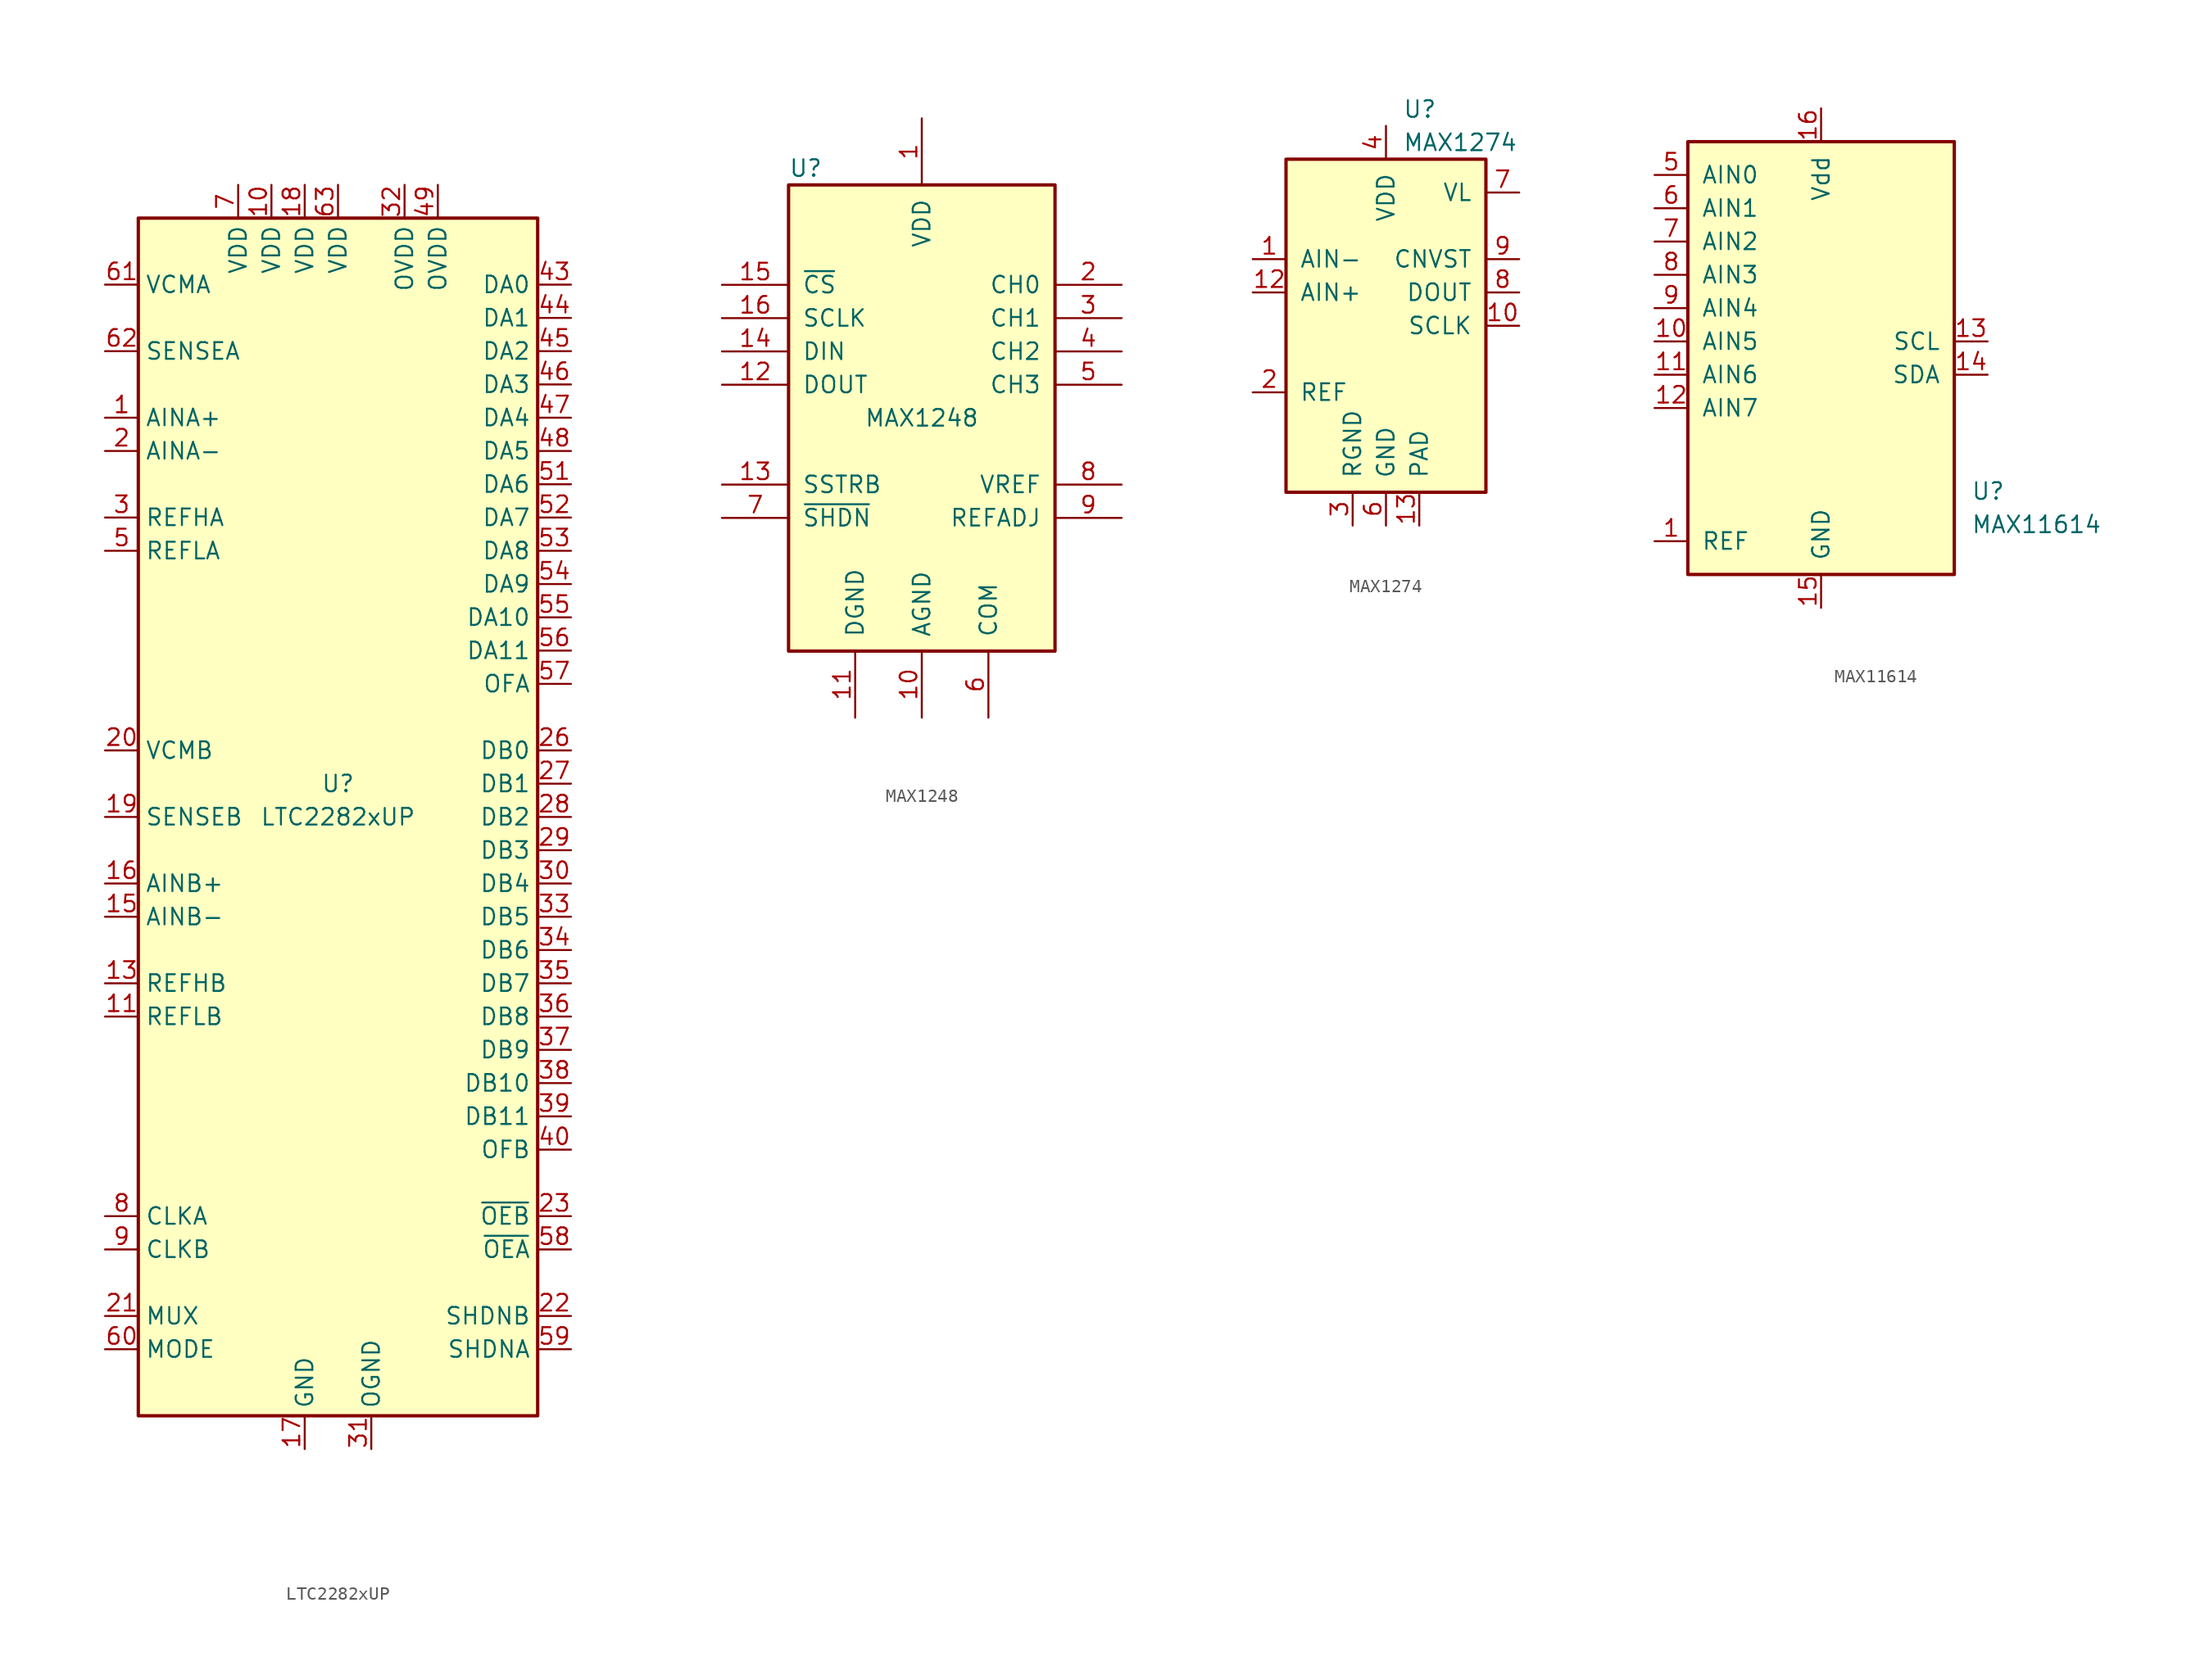
<source format=kicad_sym>
(kicad_symbol_lib
  (version 20200908)
  (generator kicad_symbol_editor)
  (symbol "Analog_ADC:LTC2282xUP"
    (property "Reference" "U"
      (at 0 2.54 0)
      (effects (font (size 1.27 1.27))))
    (property "Value" "LTC2282xUP"
      (at 0 0 0)
      (effects (font (size 1.27 1.27))))
    (symbol "LTC2282xUP_0_1"
      (rectangle (start -15.24 45.72) (end 15.24 -45.72) (stroke (width 0.254)) (fill (type background))))
    (symbol "LTC2282xUP_1_1"
      (pin input line (at -17.78 30.48 0) (length 2.54) (name "AINA+" (effects (font (size 1.27 1.27)))) (number "1" (effects (font (size 1.27 1.27)))))
      (pin power_in line (at -5.08 48.26 270) (length 2.54) (name "VDD" (effects (font (size 1.27 1.27)))) (number "10" (effects (font (size 1.27 1.27)))))
      (pin input line (at -17.78 -15.24 0) (length 2.54) (name "REFLB" (effects (font (size 1.27 1.27)))) (number "11" (effects (font (size 1.27 1.27)))))
      (pin input line (at -17.78 -15.24 0) (length 2.54) hide (name "REFLB" (effects (font (size 1.27 1.27)))) (number "12" (effects (font (size 1.27 1.27)))))
      (pin input line (at -17.78 -12.7 0) (length 2.54) (name "REFHB" (effects (font (size 1.27 1.27)))) (number "13" (effects (font (size 1.27 1.27)))))
      (pin input line (at -17.78 -12.7 0) (length 2.54) hide (name "REFHB" (effects (font (size 1.27 1.27)))) (number "14" (effects (font (size 1.27 1.27)))))
      (pin input line (at -17.78 -7.62 0) (length 2.54) (name "AINB-" (effects (font (size 1.27 1.27)))) (number "15" (effects (font (size 1.27 1.27)))))
      (pin input line (at -17.78 -5.08 0) (length 2.54) (name "AINB+" (effects (font (size 1.27 1.27)))) (number "16" (effects (font (size 1.27 1.27)))))
      (pin power_in line (at -2.54 -48.26 90) (length 2.54) (name "GND" (effects (font (size 1.27 1.27)))) (number "17" (effects (font (size 1.27 1.27)))))
      (pin power_in line (at -2.54 48.26 270) (length 2.54) (name "VDD" (effects (font (size 1.27 1.27)))) (number "18" (effects (font (size 1.27 1.27)))))
      (pin input line (at -17.78 0 0) (length 2.54) (name "SENSEB" (effects (font (size 1.27 1.27)))) (number "19" (effects (font (size 1.27 1.27)))))
      (pin input line (at -17.78 27.94 0) (length 2.54) (name "AINA-" (effects (font (size 1.27 1.27)))) (number "2" (effects (font (size 1.27 1.27)))))
      (pin passive line (at -17.78 5.08 0) (length 2.54) (name "VCMB" (effects (font (size 1.27 1.27)))) (number "20" (effects (font (size 1.27 1.27)))))
      (pin input line (at -17.78 -38.1 0) (length 2.54) (name "MUX" (effects (font (size 1.27 1.27)))) (number "21" (effects (font (size 1.27 1.27)))))
      (pin input line (at 17.78 -38.1 180) (length 2.54) (name "SHDNB" (effects (font (size 1.27 1.27)))) (number "22" (effects (font (size 1.27 1.27)))))
      (pin input line (at 17.78 -30.48 180) (length 2.54) (name "~OEB" (effects (font (size 1.27 1.27)))) (number "23" (effects (font (size 1.27 1.27)))))
      (pin unconnected line (at -15.24 -20.32 0) (length 2.54) hide (name "NC" (effects (font (size 1.27 1.27)))) (number "24" (effects (font (size 1.27 1.27)))))
      (pin unconnected line (at -15.24 -22.86 0) (length 2.54) hide (name "NC" (effects (font (size 1.27 1.27)))) (number "25" (effects (font (size 1.27 1.27)))))
      (pin output line (at 17.78 5.08 180) (length 2.54) (name "DB0" (effects (font (size 1.27 1.27)))) (number "26" (effects (font (size 1.27 1.27)))))
      (pin output line (at 17.78 2.54 180) (length 2.54) (name "DB1" (effects (font (size 1.27 1.27)))) (number "27" (effects (font (size 1.27 1.27)))))
      (pin output line (at 17.78 0 180) (length 2.54) (name "DB2" (effects (font (size 1.27 1.27)))) (number "28" (effects (font (size 1.27 1.27)))))
      (pin output line (at 17.78 -2.54 180) (length 2.54) (name "DB3" (effects (font (size 1.27 1.27)))) (number "29" (effects (font (size 1.27 1.27)))))
      (pin input line (at -17.78 22.86 0) (length 2.54) (name "REFHA" (effects (font (size 1.27 1.27)))) (number "3" (effects (font (size 1.27 1.27)))))
      (pin output line (at 17.78 -5.08 180) (length 2.54) (name "DB4" (effects (font (size 1.27 1.27)))) (number "30" (effects (font (size 1.27 1.27)))))
      (pin power_in line (at 2.54 -48.26 90) (length 2.54) (name "OGND" (effects (font (size 1.27 1.27)))) (number "31" (effects (font (size 1.27 1.27)))))
      (pin power_in line (at 5.08 48.26 270) (length 2.54) (name "OVDD" (effects (font (size 1.27 1.27)))) (number "32" (effects (font (size 1.27 1.27)))))
      (pin output line (at 17.78 -7.62 180) (length 2.54) (name "DB5" (effects (font (size 1.27 1.27)))) (number "33" (effects (font (size 1.27 1.27)))))
      (pin output line (at 17.78 -10.16 180) (length 2.54) (name "DB6" (effects (font (size 1.27 1.27)))) (number "34" (effects (font (size 1.27 1.27)))))
      (pin output line (at 17.78 -12.7 180) (length 2.54) (name "DB7" (effects (font (size 1.27 1.27)))) (number "35" (effects (font (size 1.27 1.27)))))
      (pin output line (at 17.78 -15.24 180) (length 2.54) (name "DB8" (effects (font (size 1.27 1.27)))) (number "36" (effects (font (size 1.27 1.27)))))
      (pin output line (at 17.78 -17.78 180) (length 2.54) (name "DB9" (effects (font (size 1.27 1.27)))) (number "37" (effects (font (size 1.27 1.27)))))
      (pin output line (at 17.78 -20.32 180) (length 2.54) (name "DB10" (effects (font (size 1.27 1.27)))) (number "38" (effects (font (size 1.27 1.27)))))
      (pin output line (at 17.78 -22.86 180) (length 2.54) (name "DB11" (effects (font (size 1.27 1.27)))) (number "39" (effects (font (size 1.27 1.27)))))
      (pin input line (at -17.78 22.86 0) (length 2.54) hide (name "REFHA" (effects (font (size 1.27 1.27)))) (number "4" (effects (font (size 1.27 1.27)))))
      (pin output line (at 17.78 -25.4 180) (length 2.54) (name "OFB" (effects (font (size 1.27 1.27)))) (number "40" (effects (font (size 1.27 1.27)))))
      (pin unconnected line (at -15.24 -25.4 0) (length 2.54) hide (name "NC" (effects (font (size 1.27 1.27)))) (number "41" (effects (font (size 1.27 1.27)))))
      (pin unconnected line (at -15.24 -27.94 0) (length 2.54) hide (name "NC" (effects (font (size 1.27 1.27)))) (number "42" (effects (font (size 1.27 1.27)))))
      (pin output line (at 17.78 40.64 180) (length 2.54) (name "DA0" (effects (font (size 1.27 1.27)))) (number "43" (effects (font (size 1.27 1.27)))))
      (pin output line (at 17.78 38.1 180) (length 2.54) (name "DA1" (effects (font (size 1.27 1.27)))) (number "44" (effects (font (size 1.27 1.27)))))
      (pin output line (at 17.78 35.56 180) (length 2.54) (name "DA2" (effects (font (size 1.27 1.27)))) (number "45" (effects (font (size 1.27 1.27)))))
      (pin output line (at 17.78 33.02 180) (length 2.54) (name "DA3" (effects (font (size 1.27 1.27)))) (number "46" (effects (font (size 1.27 1.27)))))
      (pin output line (at 17.78 30.48 180) (length 2.54) (name "DA4" (effects (font (size 1.27 1.27)))) (number "47" (effects (font (size 1.27 1.27)))))
      (pin output line (at 17.78 27.94 180) (length 2.54) (name "DA5" (effects (font (size 1.27 1.27)))) (number "48" (effects (font (size 1.27 1.27)))))
      (pin power_in line (at 7.62 48.26 270) (length 2.54) (name "OVDD" (effects (font (size 1.27 1.27)))) (number "49" (effects (font (size 1.27 1.27)))))
      (pin input line (at -17.78 20.32 0) (length 2.54) (name "REFLA" (effects (font (size 1.27 1.27)))) (number "5" (effects (font (size 1.27 1.27)))))
      (pin passive line (at 2.54 -48.26 90) (length 2.54) hide (name "OGND" (effects (font (size 1.27 1.27)))) (number "50" (effects (font (size 1.27 1.27)))))
      (pin output line (at 17.78 25.4 180) (length 2.54) (name "DA6" (effects (font (size 1.27 1.27)))) (number "51" (effects (font (size 1.27 1.27)))))
      (pin output line (at 17.78 22.86 180) (length 2.54) (name "DA7" (effects (font (size 1.27 1.27)))) (number "52" (effects (font (size 1.27 1.27)))))
      (pin output line (at 17.78 20.32 180) (length 2.54) (name "DA8" (effects (font (size 1.27 1.27)))) (number "53" (effects (font (size 1.27 1.27)))))
      (pin output line (at 17.78 17.78 180) (length 2.54) (name "DA9" (effects (font (size 1.27 1.27)))) (number "54" (effects (font (size 1.27 1.27)))))
      (pin output line (at 17.78 15.24 180) (length 2.54) (name "DA10" (effects (font (size 1.27 1.27)))) (number "55" (effects (font (size 1.27 1.27)))))
      (pin output line (at 17.78 12.7 180) (length 2.54) (name "DA11" (effects (font (size 1.27 1.27)))) (number "56" (effects (font (size 1.27 1.27)))))
      (pin output line (at 17.78 10.16 180) (length 2.54) (name "OFA" (effects (font (size 1.27 1.27)))) (number "57" (effects (font (size 1.27 1.27)))))
      (pin input line (at 17.78 -33.02 180) (length 2.54) (name "~OEA" (effects (font (size 1.27 1.27)))) (number "58" (effects (font (size 1.27 1.27)))))
      (pin input line (at 17.78 -40.64 180) (length 2.54) (name "SHDNA" (effects (font (size 1.27 1.27)))) (number "59" (effects (font (size 1.27 1.27)))))
      (pin input line (at -17.78 20.32 0) (length 2.54) hide (name "REFLA" (effects (font (size 1.27 1.27)))) (number "6" (effects (font (size 1.27 1.27)))))
      (pin input line (at -17.78 -40.64 0) (length 2.54) (name "MODE" (effects (font (size 1.27 1.27)))) (number "60" (effects (font (size 1.27 1.27)))))
      (pin passive line (at -17.78 40.64 0) (length 2.54) (name "VCMA" (effects (font (size 1.27 1.27)))) (number "61" (effects (font (size 1.27 1.27)))))
      (pin input line (at -17.78 35.56 0) (length 2.54) (name "SENSEA" (effects (font (size 1.27 1.27)))) (number "62" (effects (font (size 1.27 1.27)))))
      (pin power_in line (at 0 48.26 270) (length 2.54) (name "VDD" (effects (font (size 1.27 1.27)))) (number "63" (effects (font (size 1.27 1.27)))))
      (pin passive line (at -2.54 -48.26 90) (length 2.54) hide (name "GND" (effects (font (size 1.27 1.27)))) (number "64" (effects (font (size 1.27 1.27)))))
      (pin passive line (at -2.54 -48.26 90) (length 2.54) hide (name "GND" (effects (font (size 1.27 1.27)))) (number "65" (effects (font (size 1.27 1.27)))))
      (pin power_in line (at -7.62 48.26 270) (length 2.54) (name "VDD" (effects (font (size 1.27 1.27)))) (number "7" (effects (font (size 1.27 1.27)))))
      (pin input line (at -17.78 -30.48 0) (length 2.54) (name "CLKA" (effects (font (size 1.27 1.27)))) (number "8" (effects (font (size 1.27 1.27)))))
      (pin input line (at -17.78 -33.02 0) (length 2.54) (name "CLKB" (effects (font (size 1.27 1.27)))) (number "9" (effects (font (size 1.27 1.27)))))))
  (symbol "Analog_ADC:MAX1248"
    (pin_names
      (offset 1.016))
    (property "Reference" "U"
      (at -10.16 19.05 0)
      (effects (font (size 1.27 1.27)) (justify left)))
    (property "Value" "MAX1248"
      (at 0 0 0)
      (effects (font (size 1.27 1.27))))
    (symbol "MAX1248_0_1"
      (rectangle (start -10.16 17.78) (end 10.16 -17.78) (stroke (width 0.254)) (fill (type background))))
    (symbol "MAX1248_1_1"
      (pin power_in line (at 0 22.86 270) (length 5.08) (name "VDD" (effects (font (size 1.27 1.27)))) (number "1" (effects (font (size 1.27 1.27)))))
      (pin power_in line (at 0 -22.86 90) (length 5.08) (name "AGND" (effects (font (size 1.27 1.27)))) (number "10" (effects (font (size 1.27 1.27)))))
      (pin power_in line (at -5.08 -22.86 90) (length 5.08) (name "DGND" (effects (font (size 1.27 1.27)))) (number "11" (effects (font (size 1.27 1.27)))))
      (pin output line (at -15.24 2.54 0) (length 5.08) (name "DOUT" (effects (font (size 1.27 1.27)))) (number "12" (effects (font (size 1.27 1.27)))))
      (pin output line (at -15.24 -5.08 0) (length 5.08) (name "SSTRB" (effects (font (size 1.27 1.27)))) (number "13" (effects (font (size 1.27 1.27)))))
      (pin input line (at -15.24 5.08 0) (length 5.08) (name "DIN" (effects (font (size 1.27 1.27)))) (number "14" (effects (font (size 1.27 1.27)))))
      (pin input line (at -15.24 10.16 0) (length 5.08) (name "~CS" (effects (font (size 1.27 1.27)))) (number "15" (effects (font (size 1.27 1.27)))))
      (pin input line (at -15.24 7.62 0) (length 5.08) (name "SCLK" (effects (font (size 1.27 1.27)))) (number "16" (effects (font (size 1.27 1.27)))))
      (pin input line (at 15.24 10.16 180) (length 5.08) (name "CH0" (effects (font (size 1.27 1.27)))) (number "2" (effects (font (size 1.27 1.27)))))
      (pin input line (at 15.24 7.62 180) (length 5.08) (name "CH1" (effects (font (size 1.27 1.27)))) (number "3" (effects (font (size 1.27 1.27)))))
      (pin input line (at 15.24 5.08 180) (length 5.08) (name "CH2" (effects (font (size 1.27 1.27)))) (number "4" (effects (font (size 1.27 1.27)))))
      (pin input line (at 15.24 2.54 180) (length 5.08) (name "CH3" (effects (font (size 1.27 1.27)))) (number "5" (effects (font (size 1.27 1.27)))))
      (pin power_in line (at 5.08 -22.86 90) (length 5.08) (name "COM" (effects (font (size 1.27 1.27)))) (number "6" (effects (font (size 1.27 1.27)))))
      (pin tri_state line (at -15.24 -7.62 0) (length 5.08) (name "~SHDN" (effects (font (size 1.27 1.27)))) (number "7" (effects (font (size 1.27 1.27)))))
      (pin power_in line (at 15.24 -5.08 180) (length 5.08) (name "VREF" (effects (font (size 1.27 1.27)))) (number "8" (effects (font (size 1.27 1.27)))))
      (pin input line (at 15.24 -7.62 180) (length 5.08) (name "REFADJ" (effects (font (size 1.27 1.27)))) (number "9" (effects (font (size 1.27 1.27)))))))
  (symbol "Analog_ADC:MAX1274"
    (pin_names
      (offset 1.016))
    (property "Reference" "U"
      (at 1.27 16.51 0)
      (effects (font (size 1.27 1.27)) (justify left)))
    (property "Value" "MAX1274"
      (at 1.27 13.97 0)
      (effects (font (size 1.27 1.27)) (justify left)))
    (symbol "MAX1274_1_1"
      (rectangle (start -7.62 12.7) (end 7.62 -12.7) (stroke (width 0.254)) (fill (type background)))
      (pin input line (at -10.16 5.08 0) (length 2.54) (name "AIN-" (effects (font (size 1.27 1.27)))) (number "1" (effects (font (size 1.27 1.27)))))
      (pin input line (at 10.16 0 180) (length 2.54) (name "SCLK" (effects (font (size 1.27 1.27)))) (number "10" (effects (font (size 1.27 1.27)))))
      (pin unconnected line (at 10.16 -5.08 180) (length 2.54) hide (name "NC" (effects (font (size 1.27 1.27)))) (number "11" (effects (font (size 1.27 1.27)))))
      (pin input line (at -10.16 2.54 0) (length 2.54) (name "AIN+" (effects (font (size 1.27 1.27)))) (number "12" (effects (font (size 1.27 1.27)))))
      (pin power_in line (at 2.54 -15.24 90) (length 2.54) (name "PAD" (effects (font (size 1.27 1.27)))) (number "13" (effects (font (size 1.27 1.27)))))
      (pin input line (at -10.16 -5.08 0) (length 2.54) (name "REF" (effects (font (size 1.27 1.27)))) (number "2" (effects (font (size 1.27 1.27)))))
      (pin power_in line (at -2.54 -15.24 90) (length 2.54) (name "RGND" (effects (font (size 1.27 1.27)))) (number "3" (effects (font (size 1.27 1.27)))))
      (pin power_in line (at 0 15.24 270) (length 2.54) (name "VDD" (effects (font (size 1.27 1.27)))) (number "4" (effects (font (size 1.27 1.27)))))
      (pin unconnected line (at 10.16 -7.62 180) (length 2.54) hide (name "NC" (effects (font (size 1.27 1.27)))) (number "5" (effects (font (size 1.27 1.27)))))
      (pin power_in line (at 0 -15.24 90) (length 2.54) (name "GND" (effects (font (size 1.27 1.27)))) (number "6" (effects (font (size 1.27 1.27)))))
      (pin power_in line (at 10.16 10.16 180) (length 2.54) (name "VL" (effects (font (size 1.27 1.27)))) (number "7" (effects (font (size 1.27 1.27)))))
      (pin output line (at 10.16 2.54 180) (length 2.54) (name "DOUT" (effects (font (size 1.27 1.27)))) (number "8" (effects (font (size 1.27 1.27)))))
      (pin input line (at 10.16 5.08 180) (length 2.54) (name "CNVST" (effects (font (size 1.27 1.27)))) (number "9" (effects (font (size 1.27 1.27)))))))
  (symbol "Analog_ADC:MAX11614"
    (pin_names
      (offset 1.016))
    (property "Reference" "U"
      (at 11.43 -11.43 0)
      (effects (font (size 1.27 1.27)) (justify left)))
    (property "Value" "MAX11614"
      (at 11.43 -13.97 0)
      (effects (font (size 1.27 1.27)) (justify left)))
    (symbol "MAX11614_0_1"
      (rectangle (start -10.16 15.24) (end 10.16 -17.78) (stroke (width 0.254)) (fill (type background))))
    (symbol "MAX11614_1_1"
      (pin input line (at -12.7 -15.24 0) (length 2.54) (name "REF" (effects (font (size 1.27 1.27)))) (number "1" (effects (font (size 1.27 1.27)))))
      (pin input line (at -12.7 0 0) (length 2.54) (name "AIN5" (effects (font (size 1.27 1.27)))) (number "10" (effects (font (size 1.27 1.27)))))
      (pin input line (at -12.7 -2.54 0) (length 2.54) (name "AIN6" (effects (font (size 1.27 1.27)))) (number "11" (effects (font (size 1.27 1.27)))))
      (pin input line (at -12.7 -5.08 0) (length 2.54) (name "AIN7" (effects (font (size 1.27 1.27)))) (number "12" (effects (font (size 1.27 1.27)))))
      (pin input line (at 12.7 0 180) (length 2.54) (name "SCL" (effects (font (size 1.27 1.27)))) (number "13" (effects (font (size 1.27 1.27)))))
      (pin bidirectional line (at 12.7 -2.54 180) (length 2.54) (name "SDA" (effects (font (size 1.27 1.27)))) (number "14" (effects (font (size 1.27 1.27)))))
      (pin power_in line (at 0 -20.32 90) (length 2.54) (name "GND" (effects (font (size 1.27 1.27)))) (number "15" (effects (font (size 1.27 1.27)))))
      (pin power_in line (at 0 17.78 270) (length 2.54) (name "Vdd" (effects (font (size 1.27 1.27)))) (number "16" (effects (font (size 1.27 1.27)))))
      (pin unconnected line (at -12.7 -12.7 0) (length 2.54) hide (name "NC" (effects (font (size 1.27 1.27)))) (number "2" (effects (font (size 1.27 1.27)))))
      (pin unconnected line (at -12.7 -10.16 0) (length 2.54) hide (name "NC" (effects (font (size 1.27 1.27)))) (number "3" (effects (font (size 1.27 1.27)))))
      (pin unconnected line (at -12.7 -7.62 0) (length 2.54) hide (name "NC" (effects (font (size 1.27 1.27)))) (number "4" (effects (font (size 1.27 1.27)))))
      (pin input line (at -12.7 12.7 0) (length 2.54) (name "AIN0" (effects (font (size 1.27 1.27)))) (number "5" (effects (font (size 1.27 1.27)))))
      (pin input line (at -12.7 10.16 0) (length 2.54) (name "AIN1" (effects (font (size 1.27 1.27)))) (number "6" (effects (font (size 1.27 1.27)))))
      (pin input line (at -12.7 7.62 0) (length 2.54) (name "AIN2" (effects (font (size 1.27 1.27)))) (number "7" (effects (font (size 1.27 1.27)))))
      (pin input line (at -12.7 5.08 0) (length 2.54) (name "AIN3" (effects (font (size 1.27 1.27)))) (number "8" (effects (font (size 1.27 1.27)))))
      (pin input line (at -12.7 2.54 0) (length 2.54) (name "AIN4" (effects (font (size 1.27 1.27)))) (number "9" (effects (font (size 1.27 1.27))))))))
</source>
